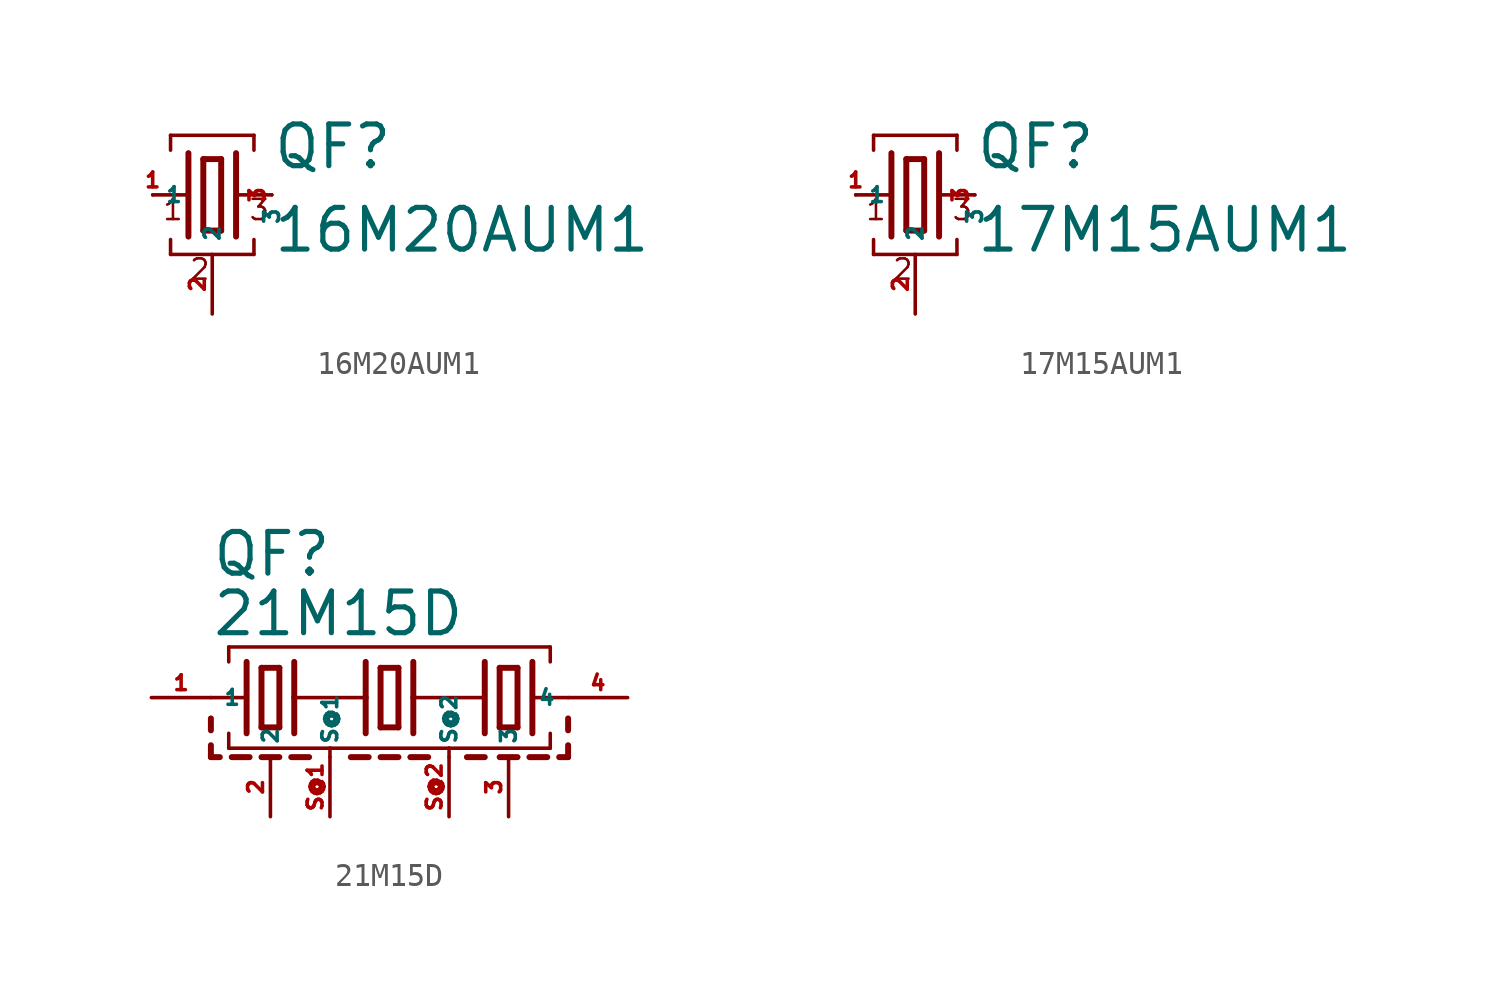
<source format=kicad_sym>
(kicad_symbol_lib
  (version 20220914)
  (generator Eagle2Kicad)
  (symbol "16M20AUM1"
    (property "Reference" "QF"
      (at 2.54 1.016 0)
      (effects (font (size 1.778 1.778) (thickness 0.22)) (justify left bottom)))
    (property "Value" "16M20AUM1"
      (at 2.54 -2.54 0)
      (effects (font (size 1.778 1.778) (thickness 0.22)) (justify left bottom)))
    (polyline
      (pts (xy 1.016 0) (xy 2.54 0))
      (stroke (width 0.152) (type default))
      (fill (type none)))
    (polyline
      (pts (xy -2.54 0) (xy -1.016 0))
      (stroke (width 0.152) (type default))
      (fill (type none)))
    (polyline
      (pts (xy -0.381 1.524) (xy -0.381 -1.524))
      (stroke (width 0.254) (type default))
      (fill (type none)))
    (polyline
      (pts (xy -0.381 -1.524) (xy 0.381 -1.524))
      (stroke (width 0.254) (type default))
      (fill (type none)))
    (polyline
      (pts (xy 0.381 -1.524) (xy 0.381 1.524))
      (stroke (width 0.254) (type default))
      (fill (type none)))
    (polyline
      (pts (xy 0.381 1.524) (xy -0.381 1.524))
      (stroke (width 0.254) (type default))
      (fill (type none)))
    (polyline
      (pts (xy 1.016 1.778) (xy 1.016 -1.778))
      (stroke (width 0.254) (type default))
      (fill (type none)))
    (polyline
      (pts (xy -1.016 1.778) (xy -1.016 -1.778))
      (stroke (width 0.254) (type default))
      (fill (type none)))
    (polyline
      (pts (xy -1.778 1.905) (xy -1.778 2.54))
      (stroke (width 0.152) (type default))
      (fill (type none)))
    (polyline
      (pts (xy -1.778 2.54) (xy 1.778 2.54))
      (stroke (width 0.152) (type default))
      (fill (type none)))
    (polyline
      (pts (xy 1.778 2.54) (xy 1.778 1.905))
      (stroke (width 0.152) (type default))
      (fill (type none)))
    (polyline
      (pts (xy 1.778 -1.905) (xy 1.778 -2.54))
      (stroke (width 0.152) (type default))
      (fill (type none)))
    (polyline
      (pts (xy -1.778 -2.54) (xy 1.778 -2.54))
      (stroke (width 0.152) (type default))
      (fill (type none)))
    (polyline
      (pts (xy -1.778 -2.54) (xy -1.778 -1.905))
      (stroke (width 0.152) (type default))
      (fill (type none)))
    (text "1"
      (at -2.159 -1.143 0)
      (effects (font (size 0.864 0.864) (thickness 0.11)) (justify left bottom)))
    (text "2"
      (at -1.016 -3.683 0)
      (effects (font (size 0.864 0.864) (thickness 0.11)) (justify left bottom)))
    (text "3"
      (at 1.524 -1.143 0)
      (effects (font (size 0.864 0.864) (thickness 0.11)) (justify left bottom)))
    (pin passive line
      (at 2.54 0 270)
      (length 0)
      (name "3" (effects (font (size 0.635 0.635) (thickness 0.08)) (justify left bottom)))
      (number "3" (effects (font (size 0.635 0.635) (thickness 0.08)) (justify left bottom))))
    (pin passive line
      (at -2.54 0 0)
      (length 0)
      (name "1" (effects (font (size 0.635 0.635) (thickness 0.08)) (justify left bottom)))
      (number "1" (effects (font (size 0.635 0.635) (thickness 0.08)) (justify left bottom))))
    (pin passive line
      (at 0 -5.08 90)
      (length 2.54)
      (name "2" (effects (font (size 0.635 0.635) (thickness 0.08)) (justify left bottom)))
      (number "2" (effects (font (size 0.635 0.635) (thickness 0.08)) (justify left bottom)))))
  (symbol "17M15AUM1"
    (property "Reference" "QF"
      (at 2.54 1.016 0)
      (effects (font (size 1.778 1.778) (thickness 0.22)) (justify left bottom)))
    (property "Value" "17M15AUM1"
      (at 2.54 -2.54 0)
      (effects (font (size 1.778 1.778) (thickness 0.22)) (justify left bottom)))
    (polyline
      (pts (xy 1.016 0) (xy 2.54 0))
      (stroke (width 0.152) (type default))
      (fill (type none)))
    (polyline
      (pts (xy -2.54 0) (xy -1.016 0))
      (stroke (width 0.152) (type default))
      (fill (type none)))
    (polyline
      (pts (xy -0.381 1.524) (xy -0.381 -1.524))
      (stroke (width 0.254) (type default))
      (fill (type none)))
    (polyline
      (pts (xy -0.381 -1.524) (xy 0.381 -1.524))
      (stroke (width 0.254) (type default))
      (fill (type none)))
    (polyline
      (pts (xy 0.381 -1.524) (xy 0.381 1.524))
      (stroke (width 0.254) (type default))
      (fill (type none)))
    (polyline
      (pts (xy 0.381 1.524) (xy -0.381 1.524))
      (stroke (width 0.254) (type default))
      (fill (type none)))
    (polyline
      (pts (xy 1.016 1.778) (xy 1.016 -1.778))
      (stroke (width 0.254) (type default))
      (fill (type none)))
    (polyline
      (pts (xy -1.016 1.778) (xy -1.016 -1.778))
      (stroke (width 0.254) (type default))
      (fill (type none)))
    (polyline
      (pts (xy -1.778 1.905) (xy -1.778 2.54))
      (stroke (width 0.152) (type default))
      (fill (type none)))
    (polyline
      (pts (xy -1.778 2.54) (xy 1.778 2.54))
      (stroke (width 0.152) (type default))
      (fill (type none)))
    (polyline
      (pts (xy 1.778 2.54) (xy 1.778 1.905))
      (stroke (width 0.152) (type default))
      (fill (type none)))
    (polyline
      (pts (xy 1.778 -1.905) (xy 1.778 -2.54))
      (stroke (width 0.152) (type default))
      (fill (type none)))
    (polyline
      (pts (xy -1.778 -2.54) (xy 1.778 -2.54))
      (stroke (width 0.152) (type default))
      (fill (type none)))
    (polyline
      (pts (xy -1.778 -2.54) (xy -1.778 -1.905))
      (stroke (width 0.152) (type default))
      (fill (type none)))
    (text "1"
      (at -2.159 -1.143 0)
      (effects (font (size 0.864 0.864) (thickness 0.11)) (justify left bottom)))
    (text "2"
      (at -1.016 -3.683 0)
      (effects (font (size 0.864 0.864) (thickness 0.11)) (justify left bottom)))
    (text "3"
      (at 1.524 -1.143 0)
      (effects (font (size 0.864 0.864) (thickness 0.11)) (justify left bottom)))
    (pin passive line
      (at 2.54 0 270)
      (length 0)
      (name "3" (effects (font (size 0.635 0.635) (thickness 0.08)) (justify left bottom)))
      (number "3" (effects (font (size 0.635 0.635) (thickness 0.08)) (justify left bottom))))
    (pin passive line
      (at -2.54 0 0)
      (length 0)
      (name "1" (effects (font (size 0.635 0.635) (thickness 0.08)) (justify left bottom)))
      (number "1" (effects (font (size 0.635 0.635) (thickness 0.08)) (justify left bottom))))
    (pin passive line
      (at 0 -5.08 90)
      (length 2.54)
      (name "2" (effects (font (size 0.635 0.635) (thickness 0.08)) (justify left bottom)))
      (number "2" (effects (font (size 0.635 0.635) (thickness 0.08)) (justify left bottom)))))
  (symbol "21M15D"
    (property "Reference" "QF"
      (at -7.62 5.08 0)
      (effects (font (size 1.778 1.778) (thickness 0.22)) (justify left bottom)))
    (property "Value" "21M15D"
      (at -7.62 2.54 0)
      (effects (font (size 1.778 1.778) (thickness 0.22)) (justify left bottom)))
    (polyline
      (pts (xy 6.096 0) (xy 7.62 0))
      (stroke (width 0.152) (type default))
      (fill (type none)))
    (polyline
      (pts (xy -7.62 0) (xy -6.096 0))
      (stroke (width 0.152) (type default))
      (fill (type none)))
    (polyline
      (pts (xy -0.381 1.27) (xy -0.381 -1.27))
      (stroke (width 0.254) (type default))
      (fill (type none)))
    (polyline
      (pts (xy -0.381 -1.27) (xy 0.381 -1.27))
      (stroke (width 0.254) (type default))
      (fill (type none)))
    (polyline
      (pts (xy 0.381 -1.27) (xy 0.381 1.27))
      (stroke (width 0.254) (type default))
      (fill (type none)))
    (polyline
      (pts (xy 0.381 1.27) (xy -0.381 1.27))
      (stroke (width 0.254) (type default))
      (fill (type none)))
    (polyline
      (pts (xy 6.096 1.524) (xy 6.096 -1.524))
      (stroke (width 0.254) (type default))
      (fill (type none)))
    (polyline
      (pts (xy -6.096 1.524) (xy -6.096 -1.524))
      (stroke (width 0.254) (type default))
      (fill (type none)))
    (polyline
      (pts (xy -6.858 1.524) (xy -6.858 2.159))
      (stroke (width 0.152) (type default))
      (fill (type none)))
    (polyline
      (pts (xy -6.858 2.159) (xy 6.858 2.159))
      (stroke (width 0.152) (type default))
      (fill (type none)))
    (polyline
      (pts (xy 6.858 2.159) (xy 6.858 1.524))
      (stroke (width 0.152) (type default))
      (fill (type none)))
    (polyline
      (pts (xy 6.858 -1.524) (xy 6.858 -2.159))
      (stroke (width 0.152) (type default))
      (fill (type none)))
    (polyline
      (pts (xy -6.858 -2.159) (xy -2.54 -2.159))
      (stroke (width 0.152) (type default))
      (fill (type none)))
    (polyline
      (pts (xy -2.54 -2.159) (xy 2.54 -2.159))
      (stroke (width 0.152) (type default))
      (fill (type none)))
    (polyline
      (pts (xy 2.54 -2.159) (xy 6.858 -2.159))
      (stroke (width 0.152) (type default))
      (fill (type none)))
    (polyline
      (pts (xy -6.858 -2.159) (xy -6.858 -1.524))
      (stroke (width 0.152) (type default))
      (fill (type none)))
    (polyline
      (pts (xy -1.016 1.524) (xy -1.016 0))
      (stroke (width 0.254) (type default))
      (fill (type none)))
    (polyline
      (pts (xy -1.016 0) (xy -1.016 -1.524))
      (stroke (width 0.254) (type default))
      (fill (type none)))
    (polyline
      (pts (xy 1.016 1.524) (xy 1.016 0))
      (stroke (width 0.254) (type default))
      (fill (type none)))
    (polyline
      (pts (xy 1.016 0) (xy 1.016 -1.524))
      (stroke (width 0.254) (type default))
      (fill (type none)))
    (polyline
      (pts (xy -4.699 1.27) (xy -5.461 1.27))
      (stroke (width 0.254) (type default))
      (fill (type none)))
    (polyline
      (pts (xy -5.461 -1.27) (xy -4.699 -1.27))
      (stroke (width 0.254) (type default))
      (fill (type none)))
    (polyline
      (pts (xy -5.461 1.27) (xy -5.461 -1.27))
      (stroke (width 0.254) (type default))
      (fill (type none)))
    (polyline
      (pts (xy -4.699 -1.27) (xy -4.699 1.27))
      (stroke (width 0.254) (type default))
      (fill (type none)))
    (polyline
      (pts (xy 5.461 -1.27) (xy 5.461 1.27))
      (stroke (width 0.254) (type default))
      (fill (type none)))
    (polyline
      (pts (xy 4.699 1.27) (xy 4.699 -1.27))
      (stroke (width 0.254) (type default))
      (fill (type none)))
    (polyline
      (pts (xy 5.461 1.27) (xy 4.699 1.27))
      (stroke (width 0.254) (type default))
      (fill (type none)))
    (polyline
      (pts (xy 4.699 -1.27) (xy 5.461 -1.27))
      (stroke (width 0.254) (type default))
      (fill (type none)))
    (polyline
      (pts (xy 4.064 1.524) (xy 4.064 -1.524))
      (stroke (width 0.254) (type default))
      (fill (type none)))
    (polyline
      (pts (xy -4.064 1.524) (xy -4.064 0))
      (stroke (width 0.254) (type default))
      (fill (type none)))
    (polyline
      (pts (xy -4.064 0) (xy -4.064 -1.524))
      (stroke (width 0.254) (type default))
      (fill (type none)))
    (polyline
      (pts (xy -4.064 0) (xy -1.016 0))
      (stroke (width 0.152) (type default))
      (fill (type none)))
    (polyline
      (pts (xy 1.016 0) (xy 4.064 0))
      (stroke (width 0.152) (type default))
      (fill (type none)))
    (polyline
      (pts (xy -7.62 -2.032) (xy -7.62 -2.54))
      (stroke (width 0.254) (type default))
      (fill (type none)))
    (polyline
      (pts (xy -7.62 -2.54) (xy -7.239 -2.54))
      (stroke (width 0.254) (type default))
      (fill (type none)))
    (polyline
      (pts (xy -5.461 -2.54) (xy -4.699 -2.54))
      (stroke (width 0.254) (type default))
      (fill (type none)))
    (polyline
      (pts (xy -6.731 -2.54) (xy -5.969 -2.54))
      (stroke (width 0.254) (type default))
      (fill (type none)))
    (polyline
      (pts (xy 4.699 -2.54) (xy 5.461 -2.54))
      (stroke (width 0.254) (type default))
      (fill (type none)))
    (polyline
      (pts (xy -4.191 -2.54) (xy -3.429 -2.54))
      (stroke (width 0.254) (type default))
      (fill (type none)))
    (polyline
      (pts (xy -1.651 -2.54) (xy -0.889 -2.54))
      (stroke (width 0.254) (type default))
      (fill (type none)))
    (polyline
      (pts (xy -0.381 -2.54) (xy 0.381 -2.54))
      (stroke (width 0.254) (type default))
      (fill (type none)))
    (polyline
      (pts (xy 0.889 -2.54) (xy 1.651 -2.54))
      (stroke (width 0.254) (type default))
      (fill (type none)))
    (polyline
      (pts (xy 3.302 -2.54) (xy 4.064 -2.54))
      (stroke (width 0.254) (type default))
      (fill (type none)))
    (polyline
      (pts (xy -2.54 -2.54) (xy -2.54 -2.159))
      (stroke (width 0.152) (type default))
      (fill (type none)))
    (polyline
      (pts (xy 2.54 -2.54) (xy 2.54 -2.159))
      (stroke (width 0.152) (type default))
      (fill (type none)))
    (polyline
      (pts (xy 7.62 -2.54) (xy 7.239 -2.54))
      (stroke (width 0.254) (type default))
      (fill (type none)))
    (polyline
      (pts (xy 6.731 -2.54) (xy 5.969 -2.54))
      (stroke (width 0.254) (type default))
      (fill (type none)))
    (polyline
      (pts (xy 7.62 -2.032) (xy 7.62 -2.54))
      (stroke (width 0.254) (type default))
      (fill (type none)))
    (polyline
      (pts (xy -7.62 -0.889) (xy -7.62 -1.397))
      (stroke (width 0.254) (type default))
      (fill (type none)))
    (polyline
      (pts (xy 7.62 -0.889) (xy 7.62 -1.397))
      (stroke (width 0.254) (type default))
      (fill (type none)))
    (pin passive line
      (at 10.16 0 180)
      (length 2.54)
      (name "4" (effects (font (size 0.635 0.635) (thickness 0.08)) (justify left bottom)))
      (number "4" (effects (font (size 0.635 0.635) (thickness 0.08)) (justify left bottom))))
    (pin passive line
      (at -10.16 0 0)
      (length 2.54)
      (name "1" (effects (font (size 0.635 0.635) (thickness 0.08)) (justify left bottom)))
      (number "1" (effects (font (size 0.635 0.635) (thickness 0.08)) (justify left bottom))))
    (pin passive line
      (at -5.08 -5.08 90)
      (length 2.54)
      (name "2" (effects (font (size 0.635 0.635) (thickness 0.08)) (justify left bottom)))
      (number "2" (effects (font (size 0.635 0.635) (thickness 0.08)) (justify left bottom))))
    (pin passive line
      (at 5.08 -5.08 90)
      (length 2.54)
      (name "3" (effects (font (size 0.635 0.635) (thickness 0.08)) (justify left bottom)))
      (number "3" (effects (font (size 0.635 0.635) (thickness 0.08)) (justify left bottom))))
    (pin passive line
      (at -2.54 -5.08 90)
      (length 2.54)
      (name "S@1" (effects (font (size 0.635 0.635) (thickness 0.08)) (justify left bottom)))
      (number "S@1" (effects (font (size 0.635 0.635) (thickness 0.08)) (justify left bottom))))
    (pin passive line
      (at 2.54 -5.08 90)
      (length 2.54)
      (name "S@2" (effects (font (size 0.635 0.635) (thickness 0.08)) (justify left bottom)))
      (number "S@2" (effects (font (size 0.635 0.635) (thickness 0.08)) (justify left bottom))))))
</source>
